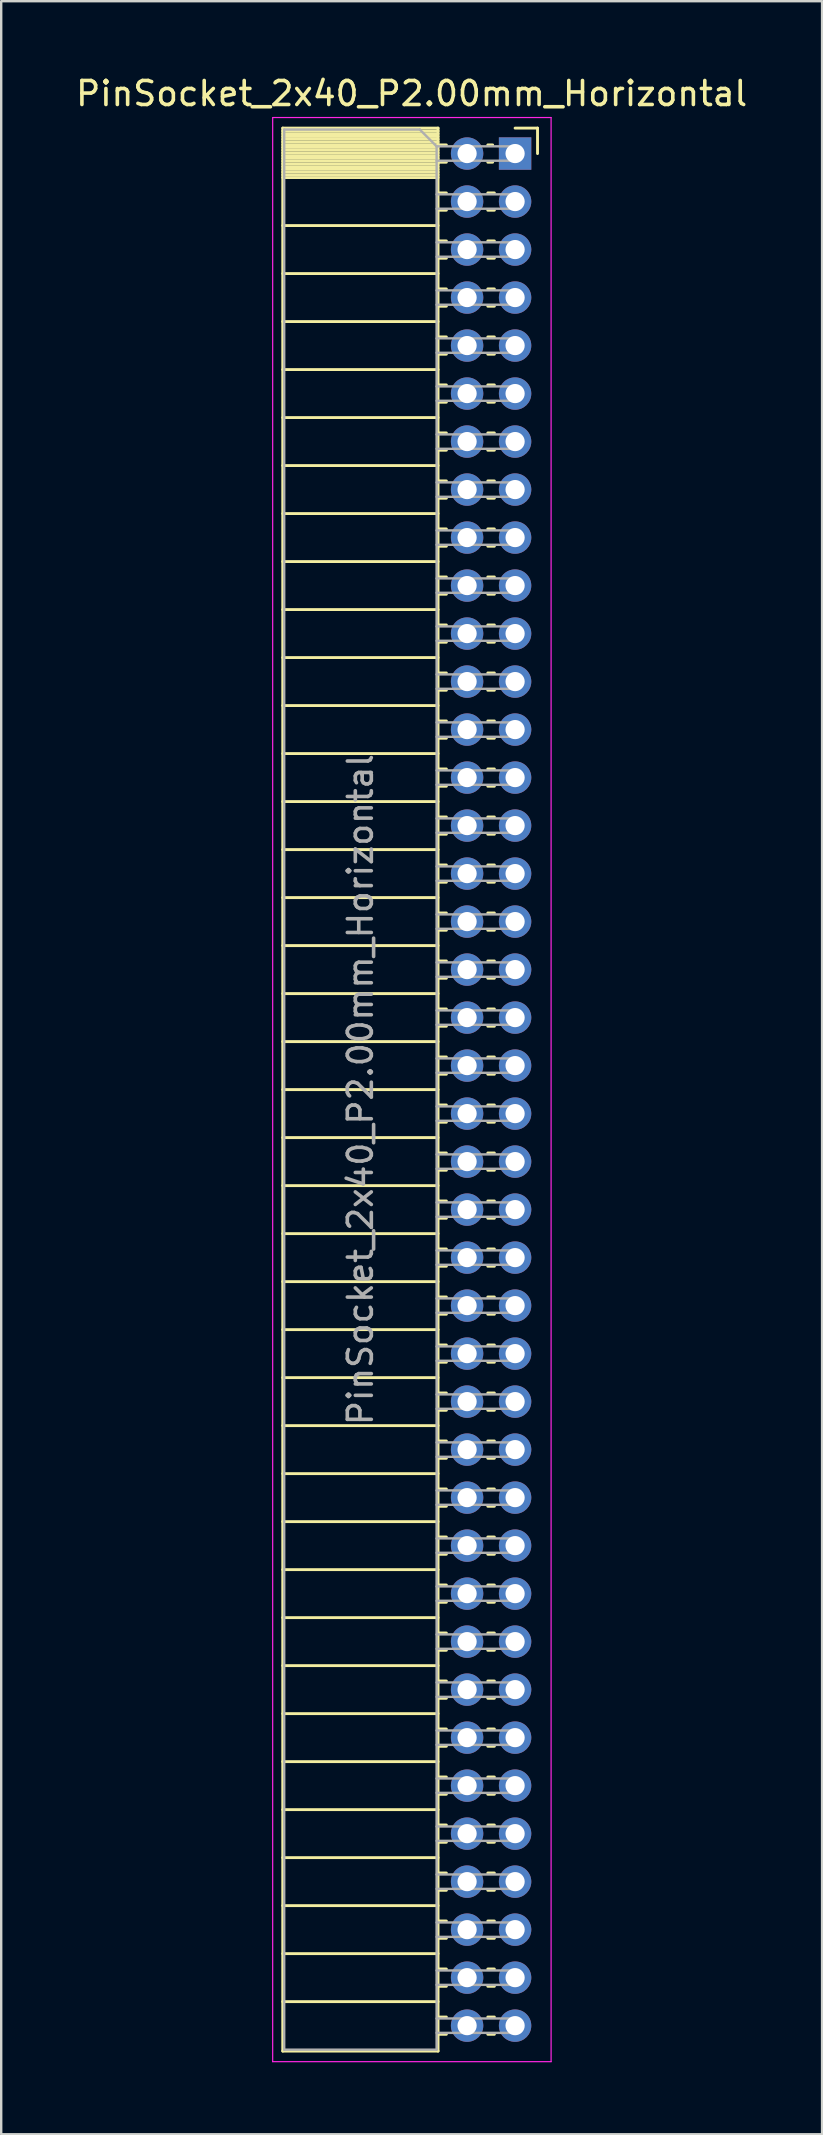
<source format=kicad_pcb>
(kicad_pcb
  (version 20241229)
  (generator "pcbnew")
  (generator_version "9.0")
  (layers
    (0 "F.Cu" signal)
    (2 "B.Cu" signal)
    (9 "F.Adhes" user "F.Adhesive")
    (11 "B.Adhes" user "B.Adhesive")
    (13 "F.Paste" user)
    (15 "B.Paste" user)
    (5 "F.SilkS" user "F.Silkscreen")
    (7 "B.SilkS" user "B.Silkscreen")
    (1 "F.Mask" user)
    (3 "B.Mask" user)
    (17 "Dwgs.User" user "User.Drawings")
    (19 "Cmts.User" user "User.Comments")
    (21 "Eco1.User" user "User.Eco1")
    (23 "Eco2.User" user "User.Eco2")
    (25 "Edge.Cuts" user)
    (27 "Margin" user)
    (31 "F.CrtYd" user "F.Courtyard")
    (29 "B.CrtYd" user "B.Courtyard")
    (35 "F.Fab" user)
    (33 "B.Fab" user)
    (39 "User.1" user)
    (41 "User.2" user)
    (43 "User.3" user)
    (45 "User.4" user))
  (footprint "PinSocket_2x40_P2.00mm_Horizontal"
    (layer "F.Cu")
    (at 18.411 3.348)
    (property "Reference" "PinSocket_2x40_P2.00mm_Horizontal" (at -4.31 -2.5 0) (layer "F.SilkS") (effects (font (size 1 1) (thickness 0.15))))
    (attr through_hole)
    (fp_line (start -9.68 -1.06) (end -9.68 79.06) (stroke (width 0.12) (type solid)) (layer "F.SilkS"))
    (fp_line (start -9.68 -1.06) (end -3.21 -1.06) (stroke (width 0.12) (type solid)) (layer "F.SilkS"))
    (fp_line (start -9.68 -0.94) (end -3.21 -0.94) (stroke (width 0.12) (type solid)) (layer "F.SilkS"))
    (fp_line (start -9.68 -0.826) (end -3.21 -0.826) (stroke (width 0.12) (type solid)) (layer "F.SilkS"))
    (fp_line (start -9.68 -0.712) (end -3.21 -0.712) (stroke (width 0.12) (type solid)) (layer "F.SilkS"))
    (fp_line (start -9.68 -0.598) (end -3.21 -0.598) (stroke (width 0.12) (type solid)) (layer "F.SilkS"))
    (fp_line (start -9.68 -0.484) (end -3.21 -0.484) (stroke (width 0.12) (type solid)) (layer "F.SilkS"))
    (fp_line (start -9.68 -0.369) (end -3.21 -0.369) (stroke (width 0.12) (type solid)) (layer "F.SilkS"))
    (fp_line (start -9.68 -0.255) (end -3.21 -0.255) (stroke (width 0.12) (type solid)) (layer "F.SilkS"))
    (fp_line (start -9.68 -0.141) (end -3.21 -0.141) (stroke (width 0.12) (type solid)) (layer "F.SilkS"))
    (fp_line (start -9.68 -0.027) (end -3.21 -0.027) (stroke (width 0.12) (type solid)) (layer "F.SilkS"))
    (fp_line (start -9.68 0.087) (end -3.21 0.087) (stroke (width 0.12) (type solid)) (layer "F.SilkS"))
    (fp_line (start -9.68 0.201) (end -3.21 0.201) (stroke (width 0.12) (type solid)) (layer "F.SilkS"))
    (fp_line (start -9.68 0.315) (end -3.21 0.315) (stroke (width 0.12) (type solid)) (layer "F.SilkS"))
    (fp_line (start -9.68 0.429) (end -3.21 0.429) (stroke (width 0.12) (type solid)) (layer "F.SilkS"))
    (fp_line (start -9.68 0.544) (end -3.21 0.544) (stroke (width 0.12) (type solid)) (layer "F.SilkS"))
    (fp_line (start -9.68 0.658) (end -3.21 0.658) (stroke (width 0.12) (type solid)) (layer "F.SilkS"))
    (fp_line (start -9.68 0.772) (end -3.21 0.772) (stroke (width 0.12) (type solid)) (layer "F.SilkS"))
    (fp_line (start -9.68 0.886) (end -3.21 0.886) (stroke (width 0.12) (type solid)) (layer "F.SilkS"))
    (fp_line (start -9.68 1) (end -3.21 1) (stroke (width 0.12) (type solid)) (layer "F.SilkS"))
    (fp_line (start -9.68 3) (end -3.21 3) (stroke (width 0.12) (type solid)) (layer "F.SilkS"))
    (fp_line (start -9.68 5) (end -3.21 5) (stroke (width 0.12) (type solid)) (layer "F.SilkS"))
    (fp_line (start -9.68 7) (end -3.21 7) (stroke (width 0.12) (type solid)) (layer "F.SilkS"))
    (fp_line (start -9.68 9) (end -3.21 9) (stroke (width 0.12) (type solid)) (layer "F.SilkS"))
    (fp_line (start -9.68 11) (end -3.21 11) (stroke (width 0.12) (type solid)) (layer "F.SilkS"))
    (fp_line (start -9.68 13) (end -3.21 13) (stroke (width 0.12) (type solid)) (layer "F.SilkS"))
    (fp_line (start -9.68 15) (end -3.21 15) (stroke (width 0.12) (type solid)) (layer "F.SilkS"))
    (fp_line (start -9.68 17) (end -3.21 17) (stroke (width 0.12) (type solid)) (layer "F.SilkS"))
    (fp_line (start -9.68 19) (end -3.21 19) (stroke (width 0.12) (type solid)) (layer "F.SilkS"))
    (fp_line (start -9.68 21) (end -3.21 21) (stroke (width 0.12) (type solid)) (layer "F.SilkS"))
    (fp_line (start -9.68 23) (end -3.21 23) (stroke (width 0.12) (type solid)) (layer "F.SilkS"))
    (fp_line (start -9.68 25) (end -3.21 25) (stroke (width 0.12) (type solid)) (layer "F.SilkS"))
    (fp_line (start -9.68 27) (end -3.21 27) (stroke (width 0.12) (type solid)) (layer "F.SilkS"))
    (fp_line (start -9.68 29) (end -3.21 29) (stroke (width 0.12) (type solid)) (layer "F.SilkS"))
    (fp_line (start -9.68 31) (end -3.21 31) (stroke (width 0.12) (type solid)) (layer "F.SilkS"))
    (fp_line (start -9.68 33) (end -3.21 33) (stroke (width 0.12) (type solid)) (layer "F.SilkS"))
    (fp_line (start -9.68 35) (end -3.21 35) (stroke (width 0.12) (type solid)) (layer "F.SilkS"))
    (fp_line (start -9.68 37) (end -3.21 37) (stroke (width 0.12) (type solid)) (layer "F.SilkS"))
    (fp_line (start -9.68 39) (end -3.21 39) (stroke (width 0.12) (type solid)) (layer "F.SilkS"))
    (fp_line (start -9.68 41) (end -3.21 41) (stroke (width 0.12) (type solid)) (layer "F.SilkS"))
    (fp_line (start -9.68 43) (end -3.21 43) (stroke (width 0.12) (type solid)) (layer "F.SilkS"))
    (fp_line (start -9.68 45) (end -3.21 45) (stroke (width 0.12) (type solid)) (layer "F.SilkS"))
    (fp_line (start -9.68 47) (end -3.21 47) (stroke (width 0.12) (type solid)) (layer "F.SilkS"))
    (fp_line (start -9.68 49) (end -3.21 49) (stroke (width 0.12) (type solid)) (layer "F.SilkS"))
    (fp_line (start -9.68 51) (end -3.21 51) (stroke (width 0.12) (type solid)) (layer "F.SilkS"))
    (fp_line (start -9.68 53) (end -3.21 53) (stroke (width 0.12) (type solid)) (layer "F.SilkS"))
    (fp_line (start -9.68 55) (end -3.21 55) (stroke (width 0.12) (type solid)) (layer "F.SilkS"))
    (fp_line (start -9.68 57) (end -3.21 57) (stroke (width 0.12) (type solid)) (layer "F.SilkS"))
    (fp_line (start -9.68 59) (end -3.21 59) (stroke (width 0.12) (type solid)) (layer "F.SilkS"))
    (fp_line (start -9.68 61) (end -3.21 61) (stroke (width 0.12) (type solid)) (layer "F.SilkS"))
    (fp_line (start -9.68 63) (end -3.21 63) (stroke (width 0.12) (type solid)) (layer "F.SilkS"))
    (fp_line (start -9.68 65) (end -3.21 65) (stroke (width 0.12) (type solid)) (layer "F.SilkS"))
    (fp_line (start -9.68 67) (end -3.21 67) (stroke (width 0.12) (type solid)) (layer "F.SilkS"))
    (fp_line (start -9.68 69) (end -3.21 69) (stroke (width 0.12) (type solid)) (layer "F.SilkS"))
    (fp_line (start -9.68 71) (end -3.21 71) (stroke (width 0.12) (type solid)) (layer "F.SilkS"))
    (fp_line (start -9.68 73) (end -3.21 73) (stroke (width 0.12) (type solid)) (layer "F.SilkS"))
    (fp_line (start -9.68 75) (end -3.21 75) (stroke (width 0.12) (type solid)) (layer "F.SilkS"))
    (fp_line (start -9.68 77) (end -3.21 77) (stroke (width 0.12) (type solid)) (layer "F.SilkS"))
    (fp_line (start -9.68 79.06) (end -3.21 79.06) (stroke (width 0.12) (type solid)) (layer "F.SilkS"))
    (fp_line (start -3.21 -1.06) (end -3.21 79.06) (stroke (width 0.12) (type solid)) (layer "F.SilkS"))
    (fp_line (start -3.21 -0.36) (end -2.863 -0.36) (stroke (width 0.12) (type solid)) (layer "F.SilkS"))
    (fp_line (start -3.21 0.36) (end -2.863 0.36) (stroke (width 0.12) (type solid)) (layer "F.SilkS"))
    (fp_line (start -3.21 1.64) (end -2.863 1.64) (stroke (width 0.12) (type solid)) (layer "F.SilkS"))
    (fp_line (start -3.21 2.36) (end -2.863 2.36) (stroke (width 0.12) (type solid)) (layer "F.SilkS"))
    (fp_line (start -3.21 3.64) (end -2.863 3.64) (stroke (width 0.12) (type solid)) (layer "F.SilkS"))
    (fp_line (start -3.21 4.36) (end -2.863 4.36) (stroke (width 0.12) (type solid)) (layer "F.SilkS"))
    (fp_line (start -3.21 5.64) (end -2.863 5.64) (stroke (width 0.12) (type solid)) (layer "F.SilkS"))
    (fp_line (start -3.21 6.36) (end -2.863 6.36) (stroke (width 0.12) (type solid)) (layer "F.SilkS"))
    (fp_line (start -3.21 7.64) (end -2.863 7.64) (stroke (width 0.12) (type solid)) (layer "F.SilkS"))
    (fp_line (start -3.21 8.36) (end -2.863 8.36) (stroke (width 0.12) (type solid)) (layer "F.SilkS"))
    (fp_line (start -3.21 9.64) (end -2.863 9.64) (stroke (width 0.12) (type solid)) (layer "F.SilkS"))
    (fp_line (start -3.21 10.36) (end -2.863 10.36) (stroke (width 0.12) (type solid)) (layer "F.SilkS"))
    (fp_line (start -3.21 11.64) (end -2.863 11.64) (stroke (width 0.12) (type solid)) (layer "F.SilkS"))
    (fp_line (start -3.21 12.36) (end -2.863 12.36) (stroke (width 0.12) (type solid)) (layer "F.SilkS"))
    (fp_line (start -3.21 13.64) (end -2.863 13.64) (stroke (width 0.12) (type solid)) (layer "F.SilkS"))
    (fp_line (start -3.21 14.36) (end -2.863 14.36) (stroke (width 0.12) (type solid)) (layer "F.SilkS"))
    (fp_line (start -3.21 15.64) (end -2.863 15.64) (stroke (width 0.12) (type solid)) (layer "F.SilkS"))
    (fp_line (start -3.21 16.36) (end -2.863 16.36) (stroke (width 0.12) (type solid)) (layer "F.SilkS"))
    (fp_line (start -3.21 17.64) (end -2.863 17.64) (stroke (width 0.12) (type solid)) (layer "F.SilkS"))
    (fp_line (start -3.21 18.36) (end -2.863 18.36) (stroke (width 0.12) (type solid)) (layer "F.SilkS"))
    (fp_line (start -3.21 19.64) (end -2.863 19.64) (stroke (width 0.12) (type solid)) (layer "F.SilkS"))
    (fp_line (start -3.21 20.36) (end -2.863 20.36) (stroke (width 0.12) (type solid)) (layer "F.SilkS"))
    (fp_line (start -3.21 21.64) (end -2.863 21.64) (stroke (width 0.12) (type solid)) (layer "F.SilkS"))
    (fp_line (start -3.21 22.36) (end -2.863 22.36) (stroke (width 0.12) (type solid)) (layer "F.SilkS"))
    (fp_line (start -3.21 23.64) (end -2.863 23.64) (stroke (width 0.12) (type solid)) (layer "F.SilkS"))
    (fp_line (start -3.21 24.36) (end -2.863 24.36) (stroke (width 0.12) (type solid)) (layer "F.SilkS"))
    (fp_line (start -3.21 25.64) (end -2.863 25.64) (stroke (width 0.12) (type solid)) (layer "F.SilkS"))
    (fp_line (start -3.21 26.36) (end -2.863 26.36) (stroke (width 0.12) (type solid)) (layer "F.SilkS"))
    (fp_line (start -3.21 27.64) (end -2.863 27.64) (stroke (width 0.12) (type solid)) (layer "F.SilkS"))
    (fp_line (start -3.21 28.36) (end -2.863 28.36) (stroke (width 0.12) (type solid)) (layer "F.SilkS"))
    (fp_line (start -3.21 29.64) (end -2.863 29.64) (stroke (width 0.12) (type solid)) (layer "F.SilkS"))
    (fp_line (start -3.21 30.36) (end -2.863 30.36) (stroke (width 0.12) (type solid)) (layer "F.SilkS"))
    (fp_line (start -3.21 31.64) (end -2.863 31.64) (stroke (width 0.12) (type solid)) (layer "F.SilkS"))
    (fp_line (start -3.21 32.36) (end -2.863 32.36) (stroke (width 0.12) (type solid)) (layer "F.SilkS"))
    (fp_line (start -3.21 33.64) (end -2.863 33.64) (stroke (width 0.12) (type solid)) (layer "F.SilkS"))
    (fp_line (start -3.21 34.36) (end -2.863 34.36) (stroke (width 0.12) (type solid)) (layer "F.SilkS"))
    (fp_line (start -3.21 35.64) (end -2.863 35.64) (stroke (width 0.12) (type solid)) (layer "F.SilkS"))
    (fp_line (start -3.21 36.36) (end -2.863 36.36) (stroke (width 0.12) (type solid)) (layer "F.SilkS"))
    (fp_line (start -3.21 37.64) (end -2.863 37.64) (stroke (width 0.12) (type solid)) (layer "F.SilkS"))
    (fp_line (start -3.21 38.36) (end -2.863 38.36) (stroke (width 0.12) (type solid)) (layer "F.SilkS"))
    (fp_line (start -3.21 39.64) (end -2.863 39.64) (stroke (width 0.12) (type solid)) (layer "F.SilkS"))
    (fp_line (start -3.21 40.36) (end -2.863 40.36) (stroke (width 0.12) (type solid)) (layer "F.SilkS"))
    (fp_line (start -3.21 41.64) (end -2.863 41.64) (stroke (width 0.12) (type solid)) (layer "F.SilkS"))
    (fp_line (start -3.21 42.36) (end -2.863 42.36) (stroke (width 0.12) (type solid)) (layer "F.SilkS"))
    (fp_line (start -3.21 43.64) (end -2.863 43.64) (stroke (width 0.12) (type solid)) (layer "F.SilkS"))
    (fp_line (start -3.21 44.36) (end -2.863 44.36) (stroke (width 0.12) (type solid)) (layer "F.SilkS"))
    (fp_line (start -3.21 45.64) (end -2.863 45.64) (stroke (width 0.12) (type solid)) (layer "F.SilkS"))
    (fp_line (start -3.21 46.36) (end -2.863 46.36) (stroke (width 0.12) (type solid)) (layer "F.SilkS"))
    (fp_line (start -3.21 47.64) (end -2.863 47.64) (stroke (width 0.12) (type solid)) (layer "F.SilkS"))
    (fp_line (start -3.21 48.36) (end -2.863 48.36) (stroke (width 0.12) (type solid)) (layer "F.SilkS"))
    (fp_line (start -3.21 49.64) (end -2.863 49.64) (stroke (width 0.12) (type solid)) (layer "F.SilkS"))
    (fp_line (start -3.21 50.36) (end -2.863 50.36) (stroke (width 0.12) (type solid)) (layer "F.SilkS"))
    (fp_line (start -3.21 51.64) (end -2.863 51.64) (stroke (width 0.12) (type solid)) (layer "F.SilkS"))
    (fp_line (start -3.21 52.36) (end -2.863 52.36) (stroke (width 0.12) (type solid)) (layer "F.SilkS"))
    (fp_line (start -3.21 53.64) (end -2.863 53.64) (stroke (width 0.12) (type solid)) (layer "F.SilkS"))
    (fp_line (start -3.21 54.36) (end -2.863 54.36) (stroke (width 0.12) (type solid)) (layer "F.SilkS"))
    (fp_line (start -3.21 55.64) (end -2.863 55.64) (stroke (width 0.12) (type solid)) (layer "F.SilkS"))
    (fp_line (start -3.21 56.36) (end -2.863 56.36) (stroke (width 0.12) (type solid)) (layer "F.SilkS"))
    (fp_line (start -3.21 57.64) (end -2.863 57.64) (stroke (width 0.12) (type solid)) (layer "F.SilkS"))
    (fp_line (start -3.21 58.36) (end -2.863 58.36) (stroke (width 0.12) (type solid)) (layer "F.SilkS"))
    (fp_line (start -3.21 59.64) (end -2.863 59.64) (stroke (width 0.12) (type solid)) (layer "F.SilkS"))
    (fp_line (start -3.21 60.36) (end -2.863 60.36) (stroke (width 0.12) (type solid)) (layer "F.SilkS"))
    (fp_line (start -3.21 61.64) (end -2.863 61.64) (stroke (width 0.12) (type solid)) (layer "F.SilkS"))
    (fp_line (start -3.21 62.36) (end -2.863 62.36) (stroke (width 0.12) (type solid)) (layer "F.SilkS"))
    (fp_line (start -3.21 63.64) (end -2.863 63.64) (stroke (width 0.12) (type solid)) (layer "F.SilkS"))
    (fp_line (start -3.21 64.36) (end -2.863 64.36) (stroke (width 0.12) (type solid)) (layer "F.SilkS"))
    (fp_line (start -3.21 65.64) (end -2.863 65.64) (stroke (width 0.12) (type solid)) (layer "F.SilkS"))
    (fp_line (start -3.21 66.36) (end -2.863 66.36) (stroke (width 0.12) (type solid)) (layer "F.SilkS"))
    (fp_line (start -3.21 67.64) (end -2.863 67.64) (stroke (width 0.12) (type solid)) (layer "F.SilkS"))
    (fp_line (start -3.21 68.36) (end -2.863 68.36) (stroke (width 0.12) (type solid)) (layer "F.SilkS"))
    (fp_line (start -3.21 69.64) (end -2.863 69.64) (stroke (width 0.12) (type solid)) (layer "F.SilkS"))
    (fp_line (start -3.21 70.36) (end -2.863 70.36) (stroke (width 0.12) (type solid)) (layer "F.SilkS"))
    (fp_line (start -3.21 71.64) (end -2.863 71.64) (stroke (width 0.12) (type solid)) (layer "F.SilkS"))
    (fp_line (start -3.21 72.36) (end -2.863 72.36) (stroke (width 0.12) (type solid)) (layer "F.SilkS"))
    (fp_line (start -3.21 73.64) (end -2.863 73.64) (stroke (width 0.12) (type solid)) (layer "F.SilkS"))
    (fp_line (start -3.21 74.36) (end -2.863 74.36) (stroke (width 0.12) (type solid)) (layer "F.SilkS"))
    (fp_line (start -3.21 75.64) (end -2.863 75.64) (stroke (width 0.12) (type solid)) (layer "F.SilkS"))
    (fp_line (start -3.21 76.36) (end -2.863 76.36) (stroke (width 0.12) (type solid)) (layer "F.SilkS"))
    (fp_line (start -3.21 77.64) (end -2.863 77.64) (stroke (width 0.12) (type solid)) (layer "F.SilkS"))
    (fp_line (start -3.21 78.36) (end -2.863 78.36) (stroke (width 0.12) (type solid)) (layer "F.SilkS"))
    (fp_line (start -1.137 -0.36) (end -0.935 -0.36) (stroke (width 0.12) (type solid)) (layer "F.SilkS"))
    (fp_line (start -1.137 0.36) (end -0.935 0.36) (stroke (width 0.12) (type solid)) (layer "F.SilkS"))
    (fp_line (start -1.137 1.64) (end -0.863 1.64) (stroke (width 0.12) (type solid)) (layer "F.SilkS"))
    (fp_line (start -1.137 2.36) (end -0.863 2.36) (stroke (width 0.12) (type solid)) (layer "F.SilkS"))
    (fp_line (start -1.137 3.64) (end -0.863 3.64) (stroke (width 0.12) (type solid)) (layer "F.SilkS"))
    (fp_line (start -1.137 4.36) (end -0.863 4.36) (stroke (width 0.12) (type solid)) (layer "F.SilkS"))
    (fp_line (start -1.137 5.64) (end -0.863 5.64) (stroke (width 0.12) (type solid)) (layer "F.SilkS"))
    (fp_line (start -1.137 6.36) (end -0.863 6.36) (stroke (width 0.12) (type solid)) (layer "F.SilkS"))
    (fp_line (start -1.137 7.64) (end -0.863 7.64) (stroke (width 0.12) (type solid)) (layer "F.SilkS"))
    (fp_line (start -1.137 8.36) (end -0.863 8.36) (stroke (width 0.12) (type solid)) (layer "F.SilkS"))
    (fp_line (start -1.137 9.64) (end -0.863 9.64) (stroke (width 0.12) (type solid)) (layer "F.SilkS"))
    (fp_line (start -1.137 10.36) (end -0.863 10.36) (stroke (width 0.12) (type solid)) (layer "F.SilkS"))
    (fp_line (start -1.137 11.64) (end -0.863 11.64) (stroke (width 0.12) (type solid)) (layer "F.SilkS"))
    (fp_line (start -1.137 12.36) (end -0.863 12.36) (stroke (width 0.12) (type solid)) (layer "F.SilkS"))
    (fp_line (start -1.137 13.64) (end -0.863 13.64) (stroke (width 0.12) (type solid)) (layer "F.SilkS"))
    (fp_line (start -1.137 14.36) (end -0.863 14.36) (stroke (width 0.12) (type solid)) (layer "F.SilkS"))
    (fp_line (start -1.137 15.64) (end -0.863 15.64) (stroke (width 0.12) (type solid)) (layer "F.SilkS"))
    (fp_line (start -1.137 16.36) (end -0.863 16.36) (stroke (width 0.12) (type solid)) (layer "F.SilkS"))
    (fp_line (start -1.137 17.64) (end -0.863 17.64) (stroke (width 0.12) (type solid)) (layer "F.SilkS"))
    (fp_line (start -1.137 18.36) (end -0.863 18.36) (stroke (width 0.12) (type solid)) (layer "F.SilkS"))
    (fp_line (start -1.137 19.64) (end -0.863 19.64) (stroke (width 0.12) (type solid)) (layer "F.SilkS"))
    (fp_line (start -1.137 20.36) (end -0.863 20.36) (stroke (width 0.12) (type solid)) (layer "F.SilkS"))
    (fp_line (start -1.137 21.64) (end -0.863 21.64) (stroke (width 0.12) (type solid)) (layer "F.SilkS"))
    (fp_line (start -1.137 22.36) (end -0.863 22.36) (stroke (width 0.12) (type solid)) (layer "F.SilkS"))
    (fp_line (start -1.137 23.64) (end -0.863 23.64) (stroke (width 0.12) (type solid)) (layer "F.SilkS"))
    (fp_line (start -1.137 24.36) (end -0.863 24.36) (stroke (width 0.12) (type solid)) (layer "F.SilkS"))
    (fp_line (start -1.137 25.64) (end -0.863 25.64) (stroke (width 0.12) (type solid)) (layer "F.SilkS"))
    (fp_line (start -1.137 26.36) (end -0.863 26.36) (stroke (width 0.12) (type solid)) (layer "F.SilkS"))
    (fp_line (start -1.137 27.64) (end -0.863 27.64) (stroke (width 0.12) (type solid)) (layer "F.SilkS"))
    (fp_line (start -1.137 28.36) (end -0.863 28.36) (stroke (width 0.12) (type solid)) (layer "F.SilkS"))
    (fp_line (start -1.137 29.64) (end -0.863 29.64) (stroke (width 0.12) (type solid)) (layer "F.SilkS"))
    (fp_line (start -1.137 30.36) (end -0.863 30.36) (stroke (width 0.12) (type solid)) (layer "F.SilkS"))
    (fp_line (start -1.137 31.64) (end -0.863 31.64) (stroke (width 0.12) (type solid)) (layer "F.SilkS"))
    (fp_line (start -1.137 32.36) (end -0.863 32.36) (stroke (width 0.12) (type solid)) (layer "F.SilkS"))
    (fp_line (start -1.137 33.64) (end -0.863 33.64) (stroke (width 0.12) (type solid)) (layer "F.SilkS"))
    (fp_line (start -1.137 34.36) (end -0.863 34.36) (stroke (width 0.12) (type solid)) (layer "F.SilkS"))
    (fp_line (start -1.137 35.64) (end -0.863 35.64) (stroke (width 0.12) (type solid)) (layer "F.SilkS"))
    (fp_line (start -1.137 36.36) (end -0.863 36.36) (stroke (width 0.12) (type solid)) (layer "F.SilkS"))
    (fp_line (start -1.137 37.64) (end -0.863 37.64) (stroke (width 0.12) (type solid)) (layer "F.SilkS"))
    (fp_line (start -1.137 38.36) (end -0.863 38.36) (stroke (width 0.12) (type solid)) (layer "F.SilkS"))
    (fp_line (start -1.137 39.64) (end -0.863 39.64) (stroke (width 0.12) (type solid)) (layer "F.SilkS"))
    (fp_line (start -1.137 40.36) (end -0.863 40.36) (stroke (width 0.12) (type solid)) (layer "F.SilkS"))
    (fp_line (start -1.137 41.64) (end -0.863 41.64) (stroke (width 0.12) (type solid)) (layer "F.SilkS"))
    (fp_line (start -1.137 42.36) (end -0.863 42.36) (stroke (width 0.12) (type solid)) (layer "F.SilkS"))
    (fp_line (start -1.137 43.64) (end -0.863 43.64) (stroke (width 0.12) (type solid)) (layer "F.SilkS"))
    (fp_line (start -1.137 44.36) (end -0.863 44.36) (stroke (width 0.12) (type solid)) (layer "F.SilkS"))
    (fp_line (start -1.137 45.64) (end -0.863 45.64) (stroke (width 0.12) (type solid)) (layer "F.SilkS"))
    (fp_line (start -1.137 46.36) (end -0.863 46.36) (stroke (width 0.12) (type solid)) (layer "F.SilkS"))
    (fp_line (start -1.137 47.64) (end -0.863 47.64) (stroke (width 0.12) (type solid)) (layer "F.SilkS"))
    (fp_line (start -1.137 48.36) (end -0.863 48.36) (stroke (width 0.12) (type solid)) (layer "F.SilkS"))
    (fp_line (start -1.137 49.64) (end -0.863 49.64) (stroke (width 0.12) (type solid)) (layer "F.SilkS"))
    (fp_line (start -1.137 50.36) (end -0.863 50.36) (stroke (width 0.12) (type solid)) (layer "F.SilkS"))
    (fp_line (start -1.137 51.64) (end -0.863 51.64) (stroke (width 0.12) (type solid)) (layer "F.SilkS"))
    (fp_line (start -1.137 52.36) (end -0.863 52.36) (stroke (width 0.12) (type solid)) (layer "F.SilkS"))
    (fp_line (start -1.137 53.64) (end -0.863 53.64) (stroke (width 0.12) (type solid)) (layer "F.SilkS"))
    (fp_line (start -1.137 54.36) (end -0.863 54.36) (stroke (width 0.12) (type solid)) (layer "F.SilkS"))
    (fp_line (start -1.137 55.64) (end -0.863 55.64) (stroke (width 0.12) (type solid)) (layer "F.SilkS"))
    (fp_line (start -1.137 56.36) (end -0.863 56.36) (stroke (width 0.12) (type solid)) (layer "F.SilkS"))
    (fp_line (start -1.137 57.64) (end -0.863 57.64) (stroke (width 0.12) (type solid)) (layer "F.SilkS"))
    (fp_line (start -1.137 58.36) (end -0.863 58.36) (stroke (width 0.12) (type solid)) (layer "F.SilkS"))
    (fp_line (start -1.137 59.64) (end -0.863 59.64) (stroke (width 0.12) (type solid)) (layer "F.SilkS"))
    (fp_line (start -1.137 60.36) (end -0.863 60.36) (stroke (width 0.12) (type solid)) (layer "F.SilkS"))
    (fp_line (start -1.137 61.64) (end -0.863 61.64) (stroke (width 0.12) (type solid)) (layer "F.SilkS"))
    (fp_line (start -1.137 62.36) (end -0.863 62.36) (stroke (width 0.12) (type solid)) (layer "F.SilkS"))
    (fp_line (start -1.137 63.64) (end -0.863 63.64) (stroke (width 0.12) (type solid)) (layer "F.SilkS"))
    (fp_line (start -1.137 64.36) (end -0.863 64.36) (stroke (width 0.12) (type solid)) (layer "F.SilkS"))
    (fp_line (start -1.137 65.64) (end -0.863 65.64) (stroke (width 0.12) (type solid)) (layer "F.SilkS"))
    (fp_line (start -1.137 66.36) (end -0.863 66.36) (stroke (width 0.12) (type solid)) (layer "F.SilkS"))
    (fp_line (start -1.137 67.64) (end -0.863 67.64) (stroke (width 0.12) (type solid)) (layer "F.SilkS"))
    (fp_line (start -1.137 68.36) (end -0.863 68.36) (stroke (width 0.12) (type solid)) (layer "F.SilkS"))
    (fp_line (start -1.137 69.64) (end -0.863 69.64) (stroke (width 0.12) (type solid)) (layer "F.SilkS"))
    (fp_line (start -1.137 70.36) (end -0.863 70.36) (stroke (width 0.12) (type solid)) (layer "F.SilkS"))
    (fp_line (start -1.137 71.64) (end -0.863 71.64) (stroke (width 0.12) (type solid)) (layer "F.SilkS"))
    (fp_line (start -1.137 72.36) (end -0.863 72.36) (stroke (width 0.12) (type solid)) (layer "F.SilkS"))
    (fp_line (start -1.137 73.64) (end -0.863 73.64) (stroke (width 0.12) (type solid)) (layer "F.SilkS"))
    (fp_line (start -1.137 74.36) (end -0.863 74.36) (stroke (width 0.12) (type solid)) (layer "F.SilkS"))
    (fp_line (start -1.137 75.64) (end -0.863 75.64) (stroke (width 0.12) (type solid)) (layer "F.SilkS"))
    (fp_line (start -1.137 76.36) (end -0.863 76.36) (stroke (width 0.12) (type solid)) (layer "F.SilkS"))
    (fp_line (start -1.137 77.64) (end -0.863 77.64) (stroke (width 0.12) (type solid)) (layer "F.SilkS"))
    (fp_line (start -1.137 78.36) (end -0.863 78.36) (stroke (width 0.12) (type solid)) (layer "F.SilkS"))
    (fp_line (start 0 -1.06) (end 0.935 -1.06) (stroke (width 0.12) (type solid)) (layer "F.SilkS"))
    (fp_line (start 0.935 -1.06) (end 0.935 0) (stroke (width 0.12) (type solid)) (layer "F.SilkS"))
    (fp_line (start -10.1 -1.5) (end -10.1 79.5) (stroke (width 0.05) (type solid)) (layer "F.CrtYd"))
    (fp_line (start -10.1 79.5) (end 1.5 79.5) (stroke (width 0.05) (type solid)) (layer "F.CrtYd"))
    (fp_line (start 1.5 -1.5) (end -10.1 -1.5) (stroke (width 0.05) (type solid)) (layer "F.CrtYd"))
    (fp_line (start 1.5 79.5) (end 1.5 -1.5) (stroke (width 0.05) (type solid)) (layer "F.CrtYd"))
    (fp_line (start -9.62 -1) (end -3.97 -1) (stroke (width 0.1) (type solid)) (layer "F.Fab"))
    (fp_line (start -9.62 79) (end -9.62 -1) (stroke (width 0.1) (type solid)) (layer "F.Fab"))
    (fp_line (start -3.97 -1) (end -3.27 -0.3) (stroke (width 0.1) (type solid)) (layer "F.Fab"))
    (fp_line (start -3.27 -0.3) (end -3.27 79) (stroke (width 0.1) (type solid)) (layer "F.Fab"))
    (fp_line (start -3.27 0.3) (end 0 0.3) (stroke (width 0.1) (type solid)) (layer "F.Fab"))
    (fp_line (start -3.27 2.3) (end 0 2.3) (stroke (width 0.1) (type solid)) (layer "F.Fab"))
    (fp_line (start -3.27 4.3) (end 0 4.3) (stroke (width 0.1) (type solid)) (layer "F.Fab"))
    (fp_line (start -3.27 6.3) (end 0 6.3) (stroke (width 0.1) (type solid)) (layer "F.Fab"))
    (fp_line (start -3.27 8.3) (end 0 8.3) (stroke (width 0.1) (type solid)) (layer "F.Fab"))
    (fp_line (start -3.27 10.3) (end 0 10.3) (stroke (width 0.1) (type solid)) (layer "F.Fab"))
    (fp_line (start -3.27 12.3) (end 0 12.3) (stroke (width 0.1) (type solid)) (layer "F.Fab"))
    (fp_line (start -3.27 14.3) (end 0 14.3) (stroke (width 0.1) (type solid)) (layer "F.Fab"))
    (fp_line (start -3.27 16.3) (end 0 16.3) (stroke (width 0.1) (type solid)) (layer "F.Fab"))
    (fp_line (start -3.27 18.3) (end 0 18.3) (stroke (width 0.1) (type solid)) (layer "F.Fab"))
    (fp_line (start -3.27 20.3) (end 0 20.3) (stroke (width 0.1) (type solid)) (layer "F.Fab"))
    (fp_line (start -3.27 22.3) (end 0 22.3) (stroke (width 0.1) (type solid)) (layer "F.Fab"))
    (fp_line (start -3.27 24.3) (end 0 24.3) (stroke (width 0.1) (type solid)) (layer "F.Fab"))
    (fp_line (start -3.27 26.3) (end 0 26.3) (stroke (width 0.1) (type solid)) (layer "F.Fab"))
    (fp_line (start -3.27 28.3) (end 0 28.3) (stroke (width 0.1) (type solid)) (layer "F.Fab"))
    (fp_line (start -3.27 30.3) (end 0 30.3) (stroke (width 0.1) (type solid)) (layer "F.Fab"))
    (fp_line (start -3.27 32.3) (end 0 32.3) (stroke (width 0.1) (type solid)) (layer "F.Fab"))
    (fp_line (start -3.27 34.3) (end 0 34.3) (stroke (width 0.1) (type solid)) (layer "F.Fab"))
    (fp_line (start -3.27 36.3) (end 0 36.3) (stroke (width 0.1) (type solid)) (layer "F.Fab"))
    (fp_line (start -3.27 38.3) (end 0 38.3) (stroke (width 0.1) (type solid)) (layer "F.Fab"))
    (fp_line (start -3.27 40.3) (end 0 40.3) (stroke (width 0.1) (type solid)) (layer "F.Fab"))
    (fp_line (start -3.27 42.3) (end 0 42.3) (stroke (width 0.1) (type solid)) (layer "F.Fab"))
    (fp_line (start -3.27 44.3) (end 0 44.3) (stroke (width 0.1) (type solid)) (layer "F.Fab"))
    (fp_line (start -3.27 46.3) (end 0 46.3) (stroke (width 0.1) (type solid)) (layer "F.Fab"))
    (fp_line (start -3.27 48.3) (end 0 48.3) (stroke (width 0.1) (type solid)) (layer "F.Fab"))
    (fp_line (start -3.27 50.3) (end 0 50.3) (stroke (width 0.1) (type solid)) (layer "F.Fab"))
    (fp_line (start -3.27 52.3) (end 0 52.3) (stroke (width 0.1) (type solid)) (layer "F.Fab"))
    (fp_line (start -3.27 54.3) (end 0 54.3) (stroke (width 0.1) (type solid)) (layer "F.Fab"))
    (fp_line (start -3.27 56.3) (end 0 56.3) (stroke (width 0.1) (type solid)) (layer "F.Fab"))
    (fp_line (start -3.27 58.3) (end 0 58.3) (stroke (width 0.1) (type solid)) (layer "F.Fab"))
    (fp_line (start -3.27 60.3) (end 0 60.3) (stroke (width 0.1) (type solid)) (layer "F.Fab"))
    (fp_line (start -3.27 62.3) (end 0 62.3) (stroke (width 0.1) (type solid)) (layer "F.Fab"))
    (fp_line (start -3.27 64.3) (end 0 64.3) (stroke (width 0.1) (type solid)) (layer "F.Fab"))
    (fp_line (start -3.27 66.3) (end 0 66.3) (stroke (width 0.1) (type solid)) (layer "F.Fab"))
    (fp_line (start -3.27 68.3) (end 0 68.3) (stroke (width 0.1) (type solid)) (layer "F.Fab"))
    (fp_line (start -3.27 70.3) (end 0 70.3) (stroke (width 0.1) (type solid)) (layer "F.Fab"))
    (fp_line (start -3.27 72.3) (end 0 72.3) (stroke (width 0.1) (type solid)) (layer "F.Fab"))
    (fp_line (start -3.27 74.3) (end 0 74.3) (stroke (width 0.1) (type solid)) (layer "F.Fab"))
    (fp_line (start -3.27 76.3) (end 0 76.3) (stroke (width 0.1) (type solid)) (layer "F.Fab"))
    (fp_line (start -3.27 78.3) (end 0 78.3) (stroke (width 0.1) (type solid)) (layer "F.Fab"))
    (fp_line (start -3.27 79) (end -9.62 79) (stroke (width 0.1) (type solid)) (layer "F.Fab"))
    (fp_line (start 0 -0.3) (end -3.27 -0.3) (stroke (width 0.1) (type solid)) (layer "F.Fab"))
    (fp_line (start 0 0.3) (end 0 -0.3) (stroke (width 0.1) (type solid)) (layer "F.Fab"))
    (fp_line (start 0 1.7) (end -3.27 1.7) (stroke (width 0.1) (type solid)) (layer "F.Fab"))
    (fp_line (start 0 2.3) (end 0 1.7) (stroke (width 0.1) (type solid)) (layer "F.Fab"))
    (fp_line (start 0 3.7) (end -3.27 3.7) (stroke (width 0.1) (type solid)) (layer "F.Fab"))
    (fp_line (start 0 4.3) (end 0 3.7) (stroke (width 0.1) (type solid)) (layer "F.Fab"))
    (fp_line (start 0 5.7) (end -3.27 5.7) (stroke (width 0.1) (type solid)) (layer "F.Fab"))
    (fp_line (start 0 6.3) (end 0 5.7) (stroke (width 0.1) (type solid)) (layer "F.Fab"))
    (fp_line (start 0 7.7) (end -3.27 7.7) (stroke (width 0.1) (type solid)) (layer "F.Fab"))
    (fp_line (start 0 8.3) (end 0 7.7) (stroke (width 0.1) (type solid)) (layer "F.Fab"))
    (fp_line (start 0 9.7) (end -3.27 9.7) (stroke (width 0.1) (type solid)) (layer "F.Fab"))
    (fp_line (start 0 10.3) (end 0 9.7) (stroke (width 0.1) (type solid)) (layer "F.Fab"))
    (fp_line (start 0 11.7) (end -3.27 11.7) (stroke (width 0.1) (type solid)) (layer "F.Fab"))
    (fp_line (start 0 12.3) (end 0 11.7) (stroke (width 0.1) (type solid)) (layer "F.Fab"))
    (fp_line (start 0 13.7) (end -3.27 13.7) (stroke (width 0.1) (type solid)) (layer "F.Fab"))
    (fp_line (start 0 14.3) (end 0 13.7) (stroke (width 0.1) (type solid)) (layer "F.Fab"))
    (fp_line (start 0 15.7) (end -3.27 15.7) (stroke (width 0.1) (type solid)) (layer "F.Fab"))
    (fp_line (start 0 16.3) (end 0 15.7) (stroke (width 0.1) (type solid)) (layer "F.Fab"))
    (fp_line (start 0 17.7) (end -3.27 17.7) (stroke (width 0.1) (type solid)) (layer "F.Fab"))
    (fp_line (start 0 18.3) (end 0 17.7) (stroke (width 0.1) (type solid)) (layer "F.Fab"))
    (fp_line (start 0 19.7) (end -3.27 19.7) (stroke (width 0.1) (type solid)) (layer "F.Fab"))
    (fp_line (start 0 20.3) (end 0 19.7) (stroke (width 0.1) (type solid)) (layer "F.Fab"))
    (fp_line (start 0 21.7) (end -3.27 21.7) (stroke (width 0.1) (type solid)) (layer "F.Fab"))
    (fp_line (start 0 22.3) (end 0 21.7) (stroke (width 0.1) (type solid)) (layer "F.Fab"))
    (fp_line (start 0 23.7) (end -3.27 23.7) (stroke (width 0.1) (type solid)) (layer "F.Fab"))
    (fp_line (start 0 24.3) (end 0 23.7) (stroke (width 0.1) (type solid)) (layer "F.Fab"))
    (fp_line (start 0 25.7) (end -3.27 25.7) (stroke (width 0.1) (type solid)) (layer "F.Fab"))
    (fp_line (start 0 26.3) (end 0 25.7) (stroke (width 0.1) (type solid)) (layer "F.Fab"))
    (fp_line (start 0 27.7) (end -3.27 27.7) (stroke (width 0.1) (type solid)) (layer "F.Fab"))
    (fp_line (start 0 28.3) (end 0 27.7) (stroke (width 0.1) (type solid)) (layer "F.Fab"))
    (fp_line (start 0 29.7) (end -3.27 29.7) (stroke (width 0.1) (type solid)) (layer "F.Fab"))
    (fp_line (start 0 30.3) (end 0 29.7) (stroke (width 0.1) (type solid)) (layer "F.Fab"))
    (fp_line (start 0 31.7) (end -3.27 31.7) (stroke (width 0.1) (type solid)) (layer "F.Fab"))
    (fp_line (start 0 32.3) (end 0 31.7) (stroke (width 0.1) (type solid)) (layer "F.Fab"))
    (fp_line (start 0 33.7) (end -3.27 33.7) (stroke (width 0.1) (type solid)) (layer "F.Fab"))
    (fp_line (start 0 34.3) (end 0 33.7) (stroke (width 0.1) (type solid)) (layer "F.Fab"))
    (fp_line (start 0 35.7) (end -3.27 35.7) (stroke (width 0.1) (type solid)) (layer "F.Fab"))
    (fp_line (start 0 36.3) (end 0 35.7) (stroke (width 0.1) (type solid)) (layer "F.Fab"))
    (fp_line (start 0 37.7) (end -3.27 37.7) (stroke (width 0.1) (type solid)) (layer "F.Fab"))
    (fp_line (start 0 38.3) (end 0 37.7) (stroke (width 0.1) (type solid)) (layer "F.Fab"))
    (fp_line (start 0 39.7) (end -3.27 39.7) (stroke (width 0.1) (type solid)) (layer "F.Fab"))
    (fp_line (start 0 40.3) (end 0 39.7) (stroke (width 0.1) (type solid)) (layer "F.Fab"))
    (fp_line (start 0 41.7) (end -3.27 41.7) (stroke (width 0.1) (type solid)) (layer "F.Fab"))
    (fp_line (start 0 42.3) (end 0 41.7) (stroke (width 0.1) (type solid)) (layer "F.Fab"))
    (fp_line (start 0 43.7) (end -3.27 43.7) (stroke (width 0.1) (type solid)) (layer "F.Fab"))
    (fp_line (start 0 44.3) (end 0 43.7) (stroke (width 0.1) (type solid)) (layer "F.Fab"))
    (fp_line (start 0 45.7) (end -3.27 45.7) (stroke (width 0.1) (type solid)) (layer "F.Fab"))
    (fp_line (start 0 46.3) (end 0 45.7) (stroke (width 0.1) (type solid)) (layer "F.Fab"))
    (fp_line (start 0 47.7) (end -3.27 47.7) (stroke (width 0.1) (type solid)) (layer "F.Fab"))
    (fp_line (start 0 48.3) (end 0 47.7) (stroke (width 0.1) (type solid)) (layer "F.Fab"))
    (fp_line (start 0 49.7) (end -3.27 49.7) (stroke (width 0.1) (type solid)) (layer "F.Fab"))
    (fp_line (start 0 50.3) (end 0 49.7) (stroke (width 0.1) (type solid)) (layer "F.Fab"))
    (fp_line (start 0 51.7) (end -3.27 51.7) (stroke (width 0.1) (type solid)) (layer "F.Fab"))
    (fp_line (start 0 52.3) (end 0 51.7) (stroke (width 0.1) (type solid)) (layer "F.Fab"))
    (fp_line (start 0 53.7) (end -3.27 53.7) (stroke (width 0.1) (type solid)) (layer "F.Fab"))
    (fp_line (start 0 54.3) (end 0 53.7) (stroke (width 0.1) (type solid)) (layer "F.Fab"))
    (fp_line (start 0 55.7) (end -3.27 55.7) (stroke (width 0.1) (type solid)) (layer "F.Fab"))
    (fp_line (start 0 56.3) (end 0 55.7) (stroke (width 0.1) (type solid)) (layer "F.Fab"))
    (fp_line (start 0 57.7) (end -3.27 57.7) (stroke (width 0.1) (type solid)) (layer "F.Fab"))
    (fp_line (start 0 58.3) (end 0 57.7) (stroke (width 0.1) (type solid)) (layer "F.Fab"))
    (fp_line (start 0 59.7) (end -3.27 59.7) (stroke (width 0.1) (type solid)) (layer "F.Fab"))
    (fp_line (start 0 60.3) (end 0 59.7) (stroke (width 0.1) (type solid)) (layer "F.Fab"))
    (fp_line (start 0 61.7) (end -3.27 61.7) (stroke (width 0.1) (type solid)) (layer "F.Fab"))
    (fp_line (start 0 62.3) (end 0 61.7) (stroke (width 0.1) (type solid)) (layer "F.Fab"))
    (fp_line (start 0 63.7) (end -3.27 63.7) (stroke (width 0.1) (type solid)) (layer "F.Fab"))
    (fp_line (start 0 64.3) (end 0 63.7) (stroke (width 0.1) (type solid)) (layer "F.Fab"))
    (fp_line (start 0 65.7) (end -3.27 65.7) (stroke (width 0.1) (type solid)) (layer "F.Fab"))
    (fp_line (start 0 66.3) (end 0 65.7) (stroke (width 0.1) (type solid)) (layer "F.Fab"))
    (fp_line (start 0 67.7) (end -3.27 67.7) (stroke (width 0.1) (type solid)) (layer "F.Fab"))
    (fp_line (start 0 68.3) (end 0 67.7) (stroke (width 0.1) (type solid)) (layer "F.Fab"))
    (fp_line (start 0 69.7) (end -3.27 69.7) (stroke (width 0.1) (type solid)) (layer "F.Fab"))
    (fp_line (start 0 70.3) (end 0 69.7) (stroke (width 0.1) (type solid)) (layer "F.Fab"))
    (fp_line (start 0 71.7) (end -3.27 71.7) (stroke (width 0.1) (type solid)) (layer "F.Fab"))
    (fp_line (start 0 72.3) (end 0 71.7) (stroke (width 0.1) (type solid)) (layer "F.Fab"))
    (fp_line (start 0 73.7) (end -3.27 73.7) (stroke (width 0.1) (type solid)) (layer "F.Fab"))
    (fp_line (start 0 74.3) (end 0 73.7) (stroke (width 0.1) (type solid)) (layer "F.Fab"))
    (fp_line (start 0 75.7) (end -3.27 75.7) (stroke (width 0.1) (type solid)) (layer "F.Fab"))
    (fp_line (start 0 76.3) (end 0 75.7) (stroke (width 0.1) (type solid)) (layer "F.Fab"))
    (fp_line (start 0 77.7) (end -3.27 77.7) (stroke (width 0.1) (type solid)) (layer "F.Fab"))
    (fp_line (start 0 78.3) (end 0 77.7) (stroke (width 0.1) (type solid)) (layer "F.Fab"))
    (fp_text user "${REFERENCE}" (at -6.445 39 90) (layer "F.Fab") (effects (font (size 1 1) (thickness 0.15))))
    (pad "1" thru_hole rect (at 0 0) (size 1.35 1.35) (drill 0.8) (layers "*.Cu" "*.Mask"))
    (pad "2" thru_hole circle (at -2 0) (size 1.35 1.35) (drill 0.8) (layers "*.Cu" "*.Mask"))
    (pad "3" thru_hole circle (at 0 2) (size 1.35 1.35) (drill 0.8) (layers "*.Cu" "*.Mask"))
    (pad "4" thru_hole circle (at -2 2) (size 1.35 1.35) (drill 0.8) (layers "*.Cu" "*.Mask"))
    (pad "5" thru_hole circle (at 0 4) (size 1.35 1.35) (drill 0.8) (layers "*.Cu" "*.Mask"))
    (pad "6" thru_hole circle (at -2 4) (size 1.35 1.35) (drill 0.8) (layers "*.Cu" "*.Mask"))
    (pad "7" thru_hole circle (at 0 6) (size 1.35 1.35) (drill 0.8) (layers "*.Cu" "*.Mask"))
    (pad "8" thru_hole circle (at -2 6) (size 1.35 1.35) (drill 0.8) (layers "*.Cu" "*.Mask"))
    (pad "9" thru_hole circle (at 0 8) (size 1.35 1.35) (drill 0.8) (layers "*.Cu" "*.Mask"))
    (pad "10" thru_hole circle (at -2 8) (size 1.35 1.35) (drill 0.8) (layers "*.Cu" "*.Mask"))
    (pad "11" thru_hole circle (at 0 10) (size 1.35 1.35) (drill 0.8) (layers "*.Cu" "*.Mask"))
    (pad "12" thru_hole circle (at -2 10) (size 1.35 1.35) (drill 0.8) (layers "*.Cu" "*.Mask"))
    (pad "13" thru_hole circle (at 0 12) (size 1.35 1.35) (drill 0.8) (layers "*.Cu" "*.Mask"))
    (pad "14" thru_hole circle (at -2 12) (size 1.35 1.35) (drill 0.8) (layers "*.Cu" "*.Mask"))
    (pad "15" thru_hole circle (at 0 14) (size 1.35 1.35) (drill 0.8) (layers "*.Cu" "*.Mask"))
    (pad "16" thru_hole circle (at -2 14) (size 1.35 1.35) (drill 0.8) (layers "*.Cu" "*.Mask"))
    (pad "17" thru_hole circle (at 0 16) (size 1.35 1.35) (drill 0.8) (layers "*.Cu" "*.Mask"))
    (pad "18" thru_hole circle (at -2 16) (size 1.35 1.35) (drill 0.8) (layers "*.Cu" "*.Mask"))
    (pad "19" thru_hole circle (at 0 18) (size 1.35 1.35) (drill 0.8) (layers "*.Cu" "*.Mask"))
    (pad "20" thru_hole circle (at -2 18) (size 1.35 1.35) (drill 0.8) (layers "*.Cu" "*.Mask"))
    (pad "21" thru_hole circle (at 0 20) (size 1.35 1.35) (drill 0.8) (layers "*.Cu" "*.Mask"))
    (pad "22" thru_hole circle (at -2 20) (size 1.35 1.35) (drill 0.8) (layers "*.Cu" "*.Mask"))
    (pad "23" thru_hole circle (at 0 22) (size 1.35 1.35) (drill 0.8) (layers "*.Cu" "*.Mask"))
    (pad "24" thru_hole circle (at -2 22) (size 1.35 1.35) (drill 0.8) (layers "*.Cu" "*.Mask"))
    (pad "25" thru_hole circle (at 0 24) (size 1.35 1.35) (drill 0.8) (layers "*.Cu" "*.Mask"))
    (pad "26" thru_hole circle (at -2 24) (size 1.35 1.35) (drill 0.8) (layers "*.Cu" "*.Mask"))
    (pad "27" thru_hole circle (at 0 26) (size 1.35 1.35) (drill 0.8) (layers "*.Cu" "*.Mask"))
    (pad "28" thru_hole circle (at -2 26) (size 1.35 1.35) (drill 0.8) (layers "*.Cu" "*.Mask"))
    (pad "29" thru_hole circle (at 0 28) (size 1.35 1.35) (drill 0.8) (layers "*.Cu" "*.Mask"))
    (pad "30" thru_hole circle (at -2 28) (size 1.35 1.35) (drill 0.8) (layers "*.Cu" "*.Mask"))
    (pad "31" thru_hole circle (at 0 30) (size 1.35 1.35) (drill 0.8) (layers "*.Cu" "*.Mask"))
    (pad "32" thru_hole circle (at -2 30) (size 1.35 1.35) (drill 0.8) (layers "*.Cu" "*.Mask"))
    (pad "33" thru_hole circle (at 0 32) (size 1.35 1.35) (drill 0.8) (layers "*.Cu" "*.Mask"))
    (pad "34" thru_hole circle (at -2 32) (size 1.35 1.35) (drill 0.8) (layers "*.Cu" "*.Mask"))
    (pad "35" thru_hole circle (at 0 34) (size 1.35 1.35) (drill 0.8) (layers "*.Cu" "*.Mask"))
    (pad "36" thru_hole circle (at -2 34) (size 1.35 1.35) (drill 0.8) (layers "*.Cu" "*.Mask"))
    (pad "37" thru_hole circle (at 0 36) (size 1.35 1.35) (drill 0.8) (layers "*.Cu" "*.Mask"))
    (pad "38" thru_hole circle (at -2 36) (size 1.35 1.35) (drill 0.8) (layers "*.Cu" "*.Mask"))
    (pad "39" thru_hole circle (at 0 38) (size 1.35 1.35) (drill 0.8) (layers "*.Cu" "*.Mask"))
    (pad "40" thru_hole circle (at -2 38) (size 1.35 1.35) (drill 0.8) (layers "*.Cu" "*.Mask"))
    (pad "41" thru_hole circle (at 0 40) (size 1.35 1.35) (drill 0.8) (layers "*.Cu" "*.Mask"))
    (pad "42" thru_hole circle (at -2 40) (size 1.35 1.35) (drill 0.8) (layers "*.Cu" "*.Mask"))
    (pad "43" thru_hole circle (at 0 42) (size 1.35 1.35) (drill 0.8) (layers "*.Cu" "*.Mask"))
    (pad "44" thru_hole circle (at -2 42) (size 1.35 1.35) (drill 0.8) (layers "*.Cu" "*.Mask"))
    (pad "45" thru_hole circle (at 0 44) (size 1.35 1.35) (drill 0.8) (layers "*.Cu" "*.Mask"))
    (pad "46" thru_hole circle (at -2 44) (size 1.35 1.35) (drill 0.8) (layers "*.Cu" "*.Mask"))
    (pad "47" thru_hole circle (at 0 46) (size 1.35 1.35) (drill 0.8) (layers "*.Cu" "*.Mask"))
    (pad "48" thru_hole circle (at -2 46) (size 1.35 1.35) (drill 0.8) (layers "*.Cu" "*.Mask"))
    (pad "49" thru_hole circle (at 0 48) (size 1.35 1.35) (drill 0.8) (layers "*.Cu" "*.Mask"))
    (pad "50" thru_hole circle (at -2 48) (size 1.35 1.35) (drill 0.8) (layers "*.Cu" "*.Mask"))
    (pad "51" thru_hole circle (at 0 50) (size 1.35 1.35) (drill 0.8) (layers "*.Cu" "*.Mask"))
    (pad "52" thru_hole circle (at -2 50) (size 1.35 1.35) (drill 0.8) (layers "*.Cu" "*.Mask"))
    (pad "53" thru_hole circle (at 0 52) (size 1.35 1.35) (drill 0.8) (layers "*.Cu" "*.Mask"))
    (pad "54" thru_hole circle (at -2 52) (size 1.35 1.35) (drill 0.8) (layers "*.Cu" "*.Mask"))
    (pad "55" thru_hole circle (at 0 54) (size 1.35 1.35) (drill 0.8) (layers "*.Cu" "*.Mask"))
    (pad "56" thru_hole circle (at -2 54) (size 1.35 1.35) (drill 0.8) (layers "*.Cu" "*.Mask"))
    (pad "57" thru_hole circle (at 0 56) (size 1.35 1.35) (drill 0.8) (layers "*.Cu" "*.Mask"))
    (pad "58" thru_hole circle (at -2 56) (size 1.35 1.35) (drill 0.8) (layers "*.Cu" "*.Mask"))
    (pad "59" thru_hole circle (at 0 58) (size 1.35 1.35) (drill 0.8) (layers "*.Cu" "*.Mask"))
    (pad "60" thru_hole circle (at -2 58) (size 1.35 1.35) (drill 0.8) (layers "*.Cu" "*.Mask"))
    (pad "61" thru_hole circle (at 0 60) (size 1.35 1.35) (drill 0.8) (layers "*.Cu" "*.Mask"))
    (pad "62" thru_hole circle (at -2 60) (size 1.35 1.35) (drill 0.8) (layers "*.Cu" "*.Mask"))
    (pad "63" thru_hole circle (at 0 62) (size 1.35 1.35) (drill 0.8) (layers "*.Cu" "*.Mask"))
    (pad "64" thru_hole circle (at -2 62) (size 1.35 1.35) (drill 0.8) (layers "*.Cu" "*.Mask"))
    (pad "65" thru_hole circle (at 0 64) (size 1.35 1.35) (drill 0.8) (layers "*.Cu" "*.Mask"))
    (pad "66" thru_hole circle (at -2 64) (size 1.35 1.35) (drill 0.8) (layers "*.Cu" "*.Mask"))
    (pad "67" thru_hole circle (at 0 66) (size 1.35 1.35) (drill 0.8) (layers "*.Cu" "*.Mask"))
    (pad "68" thru_hole circle (at -2 66) (size 1.35 1.35) (drill 0.8) (layers "*.Cu" "*.Mask"))
    (pad "69" thru_hole circle (at 0 68) (size 1.35 1.35) (drill 0.8) (layers "*.Cu" "*.Mask"))
    (pad "70" thru_hole circle (at -2 68) (size 1.35 1.35) (drill 0.8) (layers "*.Cu" "*.Mask"))
    (pad "71" thru_hole circle (at 0 70) (size 1.35 1.35) (drill 0.8) (layers "*.Cu" "*.Mask"))
    (pad "72" thru_hole circle (at -2 70) (size 1.35 1.35) (drill 0.8) (layers "*.Cu" "*.Mask"))
    (pad "73" thru_hole circle (at 0 72) (size 1.35 1.35) (drill 0.8) (layers "*.Cu" "*.Mask"))
    (pad "74" thru_hole circle (at -2 72) (size 1.35 1.35) (drill 0.8) (layers "*.Cu" "*.Mask"))
    (pad "75" thru_hole circle (at 0 74) (size 1.35 1.35) (drill 0.8) (layers "*.Cu" "*.Mask"))
    (pad "76" thru_hole circle (at -2 74) (size 1.35 1.35) (drill 0.8) (layers "*.Cu" "*.Mask"))
    (pad "77" thru_hole circle (at 0 76) (size 1.35 1.35) (drill 0.8) (layers "*.Cu" "*.Mask"))
    (pad "78" thru_hole circle (at -2 76) (size 1.35 1.35) (drill 0.8) (layers "*.Cu" "*.Mask"))
    (pad "79" thru_hole circle (at 0 78) (size 1.35 1.35) (drill 0.8) (layers "*.Cu" "*.Mask"))
    (pad "80" thru_hole circle (at -2 78) (size 1.35 1.35) (drill 0.8) (layers "*.Cu" "*.Mask")))
  (gr_rect
    (start -3 -3)
    (end 31.202 85.873)
    (stroke (width 0.1) (type default))
    (fill no)
    (layer "Edge.Cuts")))
</source>
